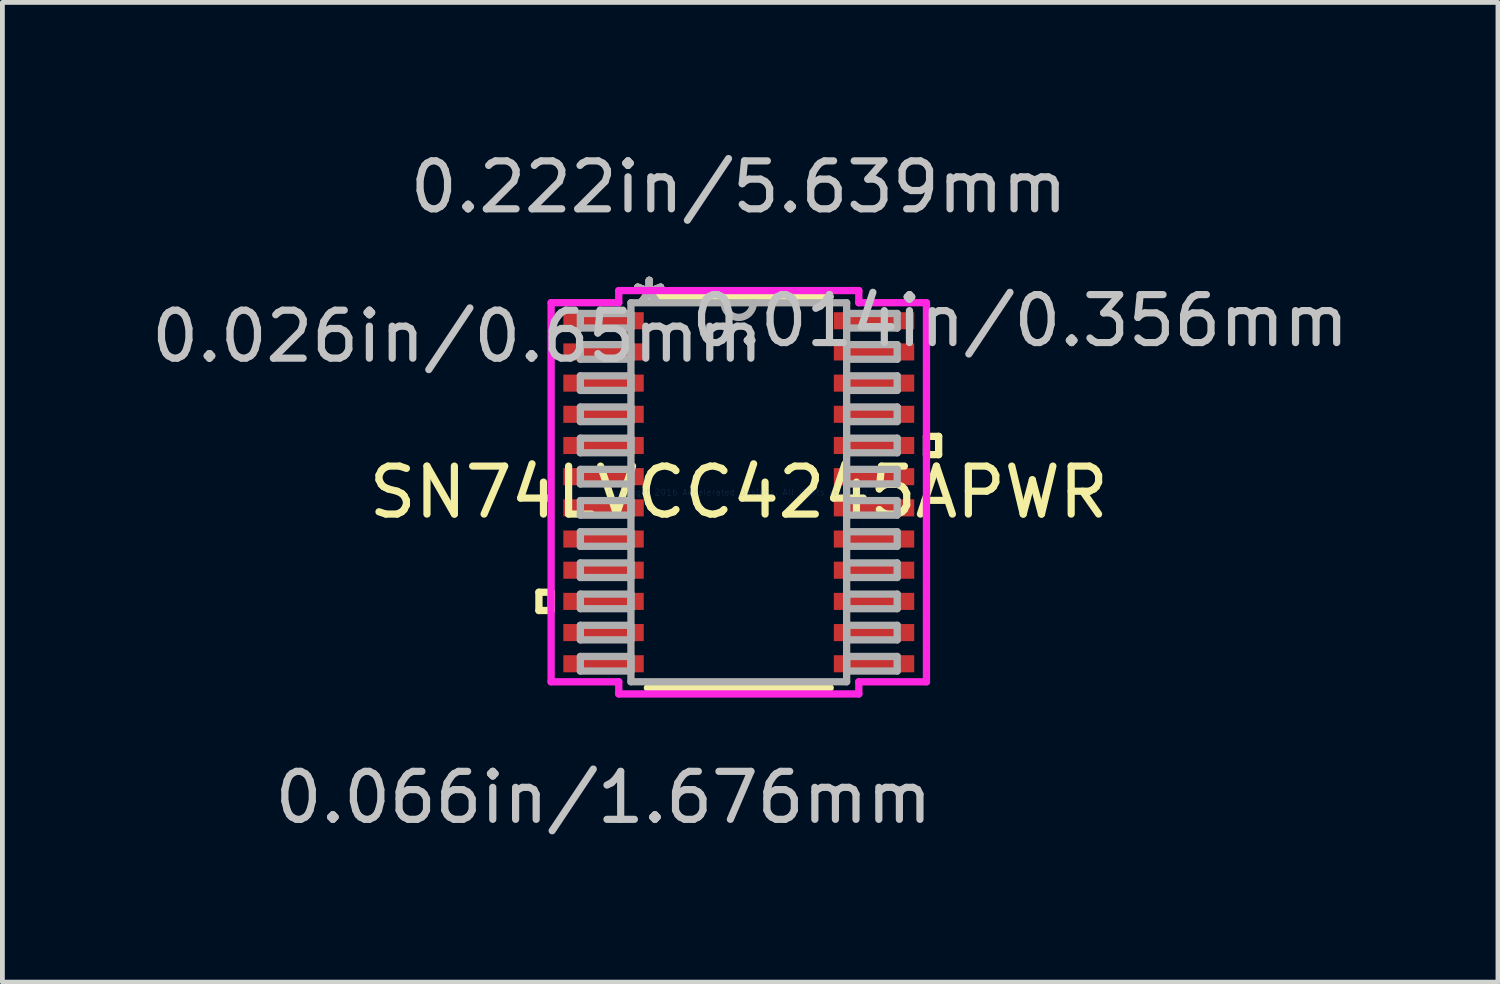
<source format=kicad_pcb>
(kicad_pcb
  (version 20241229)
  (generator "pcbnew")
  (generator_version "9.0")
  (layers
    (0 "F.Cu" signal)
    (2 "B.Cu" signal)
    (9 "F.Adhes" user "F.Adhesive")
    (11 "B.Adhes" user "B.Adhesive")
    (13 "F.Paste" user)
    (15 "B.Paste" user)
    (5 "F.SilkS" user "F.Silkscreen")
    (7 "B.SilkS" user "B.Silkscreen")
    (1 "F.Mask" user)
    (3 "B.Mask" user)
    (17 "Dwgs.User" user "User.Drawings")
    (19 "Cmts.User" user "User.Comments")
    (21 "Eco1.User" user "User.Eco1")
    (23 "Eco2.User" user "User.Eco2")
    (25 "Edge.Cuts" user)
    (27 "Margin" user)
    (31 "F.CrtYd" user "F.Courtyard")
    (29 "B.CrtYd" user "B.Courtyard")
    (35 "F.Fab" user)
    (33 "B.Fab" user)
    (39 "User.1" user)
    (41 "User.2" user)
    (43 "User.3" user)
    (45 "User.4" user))
  (footprint "SN74LVCC4245APWR"
    (layer "F.Cu")
    (at 12.35 7.211)
    (property "Reference" "SN74LVCC4245APWR" (at 0 0 0) (layer "F.SilkS") (effects (font (size 1 1) (thickness 0.15))))
    (attr through_hole)
    (fp_line (start -4.166 2.084) (end -4.166 2.465) (stroke (width 0.152) (type solid)) (layer "F.SilkS"))
    (fp_line (start -4.166 2.465) (end -3.912 2.465) (stroke (width 0.152) (type solid)) (layer "F.SilkS"))
    (fp_line (start -3.912 2.084) (end -4.166 2.084) (stroke (width 0.152) (type solid)) (layer "F.SilkS"))
    (fp_line (start -3.912 2.465) (end -3.912 2.084) (stroke (width 0.152) (type solid)) (layer "F.SilkS"))
    (fp_line (start -1.905 4.077) (end 1.905 4.077) (stroke (width 0.152) (type solid)) (layer "F.SilkS"))
    (fp_line (start 1.905 -4.077) (end -1.905 -4.077) (stroke (width 0.152) (type solid)) (layer "F.SilkS"))
    (fp_line (start 3.912 -1.165) (end 4.166 -1.165) (stroke (width 0.152) (type solid)) (layer "F.SilkS"))
    (fp_line (start 3.912 -0.784) (end 3.912 -1.165) (stroke (width 0.152) (type solid)) (layer "F.SilkS"))
    (fp_line (start 4.166 -1.165) (end 4.166 -0.784) (stroke (width 0.152) (type solid)) (layer "F.SilkS"))
    (fp_line (start 4.166 -0.784) (end 3.912 -0.784) (stroke (width 0.152) (type solid)) (layer "F.SilkS"))
    (fp_line (start -3.912 -3.951) (end -2.502 -3.951) (stroke (width 0.152) (type solid)) (layer "F.CrtYd"))
    (fp_line (start -3.912 3.951) (end -3.912 -3.951) (stroke (width 0.152) (type solid)) (layer "F.CrtYd"))
    (fp_line (start -2.502 -4.204) (end 2.502 -4.204) (stroke (width 0.152) (type solid)) (layer "F.CrtYd"))
    (fp_line (start -2.502 -3.951) (end -2.502 -4.204) (stroke (width 0.152) (type solid)) (layer "F.CrtYd"))
    (fp_line (start -2.502 3.951) (end -3.912 3.951) (stroke (width 0.152) (type solid)) (layer "F.CrtYd"))
    (fp_line (start -2.502 4.204) (end -2.502 3.951) (stroke (width 0.152) (type solid)) (layer "F.CrtYd"))
    (fp_line (start 2.502 -4.204) (end 2.502 -3.951) (stroke (width 0.152) (type solid)) (layer "F.CrtYd"))
    (fp_line (start 2.502 -3.951) (end 3.912 -3.951) (stroke (width 0.152) (type solid)) (layer "F.CrtYd"))
    (fp_line (start 2.502 3.951) (end 2.502 4.204) (stroke (width 0.152) (type solid)) (layer "F.CrtYd"))
    (fp_line (start 2.502 4.204) (end -2.502 4.204) (stroke (width 0.152) (type solid)) (layer "F.CrtYd"))
    (fp_line (start 3.912 -3.951) (end 3.912 3.951) (stroke (width 0.152) (type solid)) (layer "F.CrtYd"))
    (fp_line (start 3.912 3.951) (end 2.502 3.951) (stroke (width 0.152) (type solid)) (layer "F.CrtYd"))
    (fp_line (start -3.302 -3.727) (end -3.302 -3.423) (stroke (width 0.152) (type solid)) (layer "F.Fab"))
    (fp_line (start -3.302 -3.423) (end -2.248 -3.423) (stroke (width 0.152) (type solid)) (layer "F.Fab"))
    (fp_line (start -3.302 -3.077) (end -3.302 -2.773) (stroke (width 0.152) (type solid)) (layer "F.Fab"))
    (fp_line (start -3.302 -2.773) (end -2.248 -2.773) (stroke (width 0.152) (type solid)) (layer "F.Fab"))
    (fp_line (start -3.302 -2.427) (end -3.302 -2.123) (stroke (width 0.152) (type solid)) (layer "F.Fab"))
    (fp_line (start -3.302 -2.123) (end -2.248 -2.123) (stroke (width 0.152) (type solid)) (layer "F.Fab"))
    (fp_line (start -3.302 -1.777) (end -3.302 -1.473) (stroke (width 0.152) (type solid)) (layer "F.Fab"))
    (fp_line (start -3.302 -1.473) (end -2.248 -1.473) (stroke (width 0.152) (type solid)) (layer "F.Fab"))
    (fp_line (start -3.302 -1.127) (end -3.302 -0.823) (stroke (width 0.152) (type solid)) (layer "F.Fab"))
    (fp_line (start -3.302 -0.823) (end -2.248 -0.823) (stroke (width 0.152) (type solid)) (layer "F.Fab"))
    (fp_line (start -3.302 -0.477) (end -3.302 -0.173) (stroke (width 0.152) (type solid)) (layer "F.Fab"))
    (fp_line (start -3.302 -0.173) (end -2.248 -0.173) (stroke (width 0.152) (type solid)) (layer "F.Fab"))
    (fp_line (start -3.302 0.173) (end -3.302 0.477) (stroke (width 0.152) (type solid)) (layer "F.Fab"))
    (fp_line (start -3.302 0.477) (end -2.248 0.477) (stroke (width 0.152) (type solid)) (layer "F.Fab"))
    (fp_line (start -3.302 0.823) (end -3.302 1.127) (stroke (width 0.152) (type solid)) (layer "F.Fab"))
    (fp_line (start -3.302 1.127) (end -2.248 1.127) (stroke (width 0.152) (type solid)) (layer "F.Fab"))
    (fp_line (start -3.302 1.473) (end -3.302 1.777) (stroke (width 0.152) (type solid)) (layer "F.Fab"))
    (fp_line (start -3.302 1.777) (end -2.248 1.777) (stroke (width 0.152) (type solid)) (layer "F.Fab"))
    (fp_line (start -3.302 2.123) (end -3.302 2.427) (stroke (width 0.152) (type solid)) (layer "F.Fab"))
    (fp_line (start -3.302 2.427) (end -2.248 2.427) (stroke (width 0.152) (type solid)) (layer "F.Fab"))
    (fp_line (start -3.302 2.773) (end -3.302 3.077) (stroke (width 0.152) (type solid)) (layer "F.Fab"))
    (fp_line (start -3.302 3.077) (end -2.248 3.077) (stroke (width 0.152) (type solid)) (layer "F.Fab"))
    (fp_line (start -3.302 3.423) (end -3.302 3.727) (stroke (width 0.152) (type solid)) (layer "F.Fab"))
    (fp_line (start -3.302 3.727) (end -2.248 3.727) (stroke (width 0.152) (type solid)) (layer "F.Fab"))
    (fp_line (start -2.248 -3.95) (end -2.248 3.95) (stroke (width 0.152) (type solid)) (layer "F.Fab"))
    (fp_line (start -2.248 -3.727) (end -3.302 -3.727) (stroke (width 0.152) (type solid)) (layer "F.Fab"))
    (fp_line (start -2.248 -3.423) (end -2.248 -3.727) (stroke (width 0.152) (type solid)) (layer "F.Fab"))
    (fp_line (start -2.248 -3.077) (end -3.302 -3.077) (stroke (width 0.152) (type solid)) (layer "F.Fab"))
    (fp_line (start -2.248 -2.773) (end -2.248 -3.077) (stroke (width 0.152) (type solid)) (layer "F.Fab"))
    (fp_line (start -2.248 -2.427) (end -3.302 -2.427) (stroke (width 0.152) (type solid)) (layer "F.Fab"))
    (fp_line (start -2.248 -2.123) (end -2.248 -2.427) (stroke (width 0.152) (type solid)) (layer "F.Fab"))
    (fp_line (start -2.248 -1.777) (end -3.302 -1.777) (stroke (width 0.152) (type solid)) (layer "F.Fab"))
    (fp_line (start -2.248 -1.473) (end -2.248 -1.777) (stroke (width 0.152) (type solid)) (layer "F.Fab"))
    (fp_line (start -2.248 -1.127) (end -3.302 -1.127) (stroke (width 0.152) (type solid)) (layer "F.Fab"))
    (fp_line (start -2.248 -0.823) (end -2.248 -1.127) (stroke (width 0.152) (type solid)) (layer "F.Fab"))
    (fp_line (start -2.248 -0.477) (end -3.302 -0.477) (stroke (width 0.152) (type solid)) (layer "F.Fab"))
    (fp_line (start -2.248 -0.173) (end -2.248 -0.477) (stroke (width 0.152) (type solid)) (layer "F.Fab"))
    (fp_line (start -2.248 0.173) (end -3.302 0.173) (stroke (width 0.152) (type solid)) (layer "F.Fab"))
    (fp_line (start -2.248 0.477) (end -2.248 0.173) (stroke (width 0.152) (type solid)) (layer "F.Fab"))
    (fp_line (start -2.248 0.823) (end -3.302 0.823) (stroke (width 0.152) (type solid)) (layer "F.Fab"))
    (fp_line (start -2.248 1.127) (end -2.248 0.823) (stroke (width 0.152) (type solid)) (layer "F.Fab"))
    (fp_line (start -2.248 1.473) (end -3.302 1.473) (stroke (width 0.152) (type solid)) (layer "F.Fab"))
    (fp_line (start -2.248 1.777) (end -2.248 1.473) (stroke (width 0.152) (type solid)) (layer "F.Fab"))
    (fp_line (start -2.248 2.123) (end -3.302 2.123) (stroke (width 0.152) (type solid)) (layer "F.Fab"))
    (fp_line (start -2.248 2.427) (end -2.248 2.123) (stroke (width 0.152) (type solid)) (layer "F.Fab"))
    (fp_line (start -2.248 2.773) (end -3.302 2.773) (stroke (width 0.152) (type solid)) (layer "F.Fab"))
    (fp_line (start -2.248 3.077) (end -2.248 2.773) (stroke (width 0.152) (type solid)) (layer "F.Fab"))
    (fp_line (start -2.248 3.423) (end -3.302 3.423) (stroke (width 0.152) (type solid)) (layer "F.Fab"))
    (fp_line (start -2.248 3.727) (end -2.248 3.423) (stroke (width 0.152) (type solid)) (layer "F.Fab"))
    (fp_line (start -2.248 3.95) (end 2.248 3.95) (stroke (width 0.152) (type solid)) (layer "F.Fab"))
    (fp_line (start 2.248 -3.95) (end -2.248 -3.95) (stroke (width 0.152) (type solid)) (layer "F.Fab"))
    (fp_line (start 2.248 -3.727) (end 2.248 -3.423) (stroke (width 0.152) (type solid)) (layer "F.Fab"))
    (fp_line (start 2.248 -3.423) (end 3.302 -3.423) (stroke (width 0.152) (type solid)) (layer "F.Fab"))
    (fp_line (start 2.248 -3.077) (end 2.248 -2.773) (stroke (width 0.152) (type solid)) (layer "F.Fab"))
    (fp_line (start 2.248 -2.773) (end 3.302 -2.773) (stroke (width 0.152) (type solid)) (layer "F.Fab"))
    (fp_line (start 2.248 -2.427) (end 2.248 -2.123) (stroke (width 0.152) (type solid)) (layer "F.Fab"))
    (fp_line (start 2.248 -2.123) (end 3.302 -2.123) (stroke (width 0.152) (type solid)) (layer "F.Fab"))
    (fp_line (start 2.248 -1.777) (end 2.248 -1.473) (stroke (width 0.152) (type solid)) (layer "F.Fab"))
    (fp_line (start 2.248 -1.473) (end 3.302 -1.473) (stroke (width 0.152) (type solid)) (layer "F.Fab"))
    (fp_line (start 2.248 -1.127) (end 2.248 -0.823) (stroke (width 0.152) (type solid)) (layer "F.Fab"))
    (fp_line (start 2.248 -0.823) (end 3.302 -0.823) (stroke (width 0.152) (type solid)) (layer "F.Fab"))
    (fp_line (start 2.248 -0.477) (end 2.248 -0.173) (stroke (width 0.152) (type solid)) (layer "F.Fab"))
    (fp_line (start 2.248 -0.173) (end 3.302 -0.173) (stroke (width 0.152) (type solid)) (layer "F.Fab"))
    (fp_line (start 2.248 0.173) (end 2.248 0.477) (stroke (width 0.152) (type solid)) (layer "F.Fab"))
    (fp_line (start 2.248 0.477) (end 3.302 0.477) (stroke (width 0.152) (type solid)) (layer "F.Fab"))
    (fp_line (start 2.248 0.823) (end 2.248 1.127) (stroke (width 0.152) (type solid)) (layer "F.Fab"))
    (fp_line (start 2.248 1.127) (end 3.302 1.127) (stroke (width 0.152) (type solid)) (layer "F.Fab"))
    (fp_line (start 2.248 1.473) (end 2.248 1.777) (stroke (width 0.152) (type solid)) (layer "F.Fab"))
    (fp_line (start 2.248 1.777) (end 3.302 1.777) (stroke (width 0.152) (type solid)) (layer "F.Fab"))
    (fp_line (start 2.248 2.123) (end 2.248 2.427) (stroke (width 0.152) (type solid)) (layer "F.Fab"))
    (fp_line (start 2.248 2.427) (end 3.302 2.427) (stroke (width 0.152) (type solid)) (layer "F.Fab"))
    (fp_line (start 2.248 2.773) (end 2.248 3.077) (stroke (width 0.152) (type solid)) (layer "F.Fab"))
    (fp_line (start 2.248 3.077) (end 3.302 3.077) (stroke (width 0.152) (type solid)) (layer "F.Fab"))
    (fp_line (start 2.248 3.423) (end 2.248 3.727) (stroke (width 0.152) (type solid)) (layer "F.Fab"))
    (fp_line (start 2.248 3.727) (end 3.302 3.727) (stroke (width 0.152) (type solid)) (layer "F.Fab"))
    (fp_line (start 2.248 3.95) (end 2.248 -3.95) (stroke (width 0.152) (type solid)) (layer "F.Fab"))
    (fp_line (start 3.302 -3.727) (end 2.248 -3.727) (stroke (width 0.152) (type solid)) (layer "F.Fab"))
    (fp_line (start 3.302 -3.423) (end 3.302 -3.727) (stroke (width 0.152) (type solid)) (layer "F.Fab"))
    (fp_line (start 3.302 -3.077) (end 2.248 -3.077) (stroke (width 0.152) (type solid)) (layer "F.Fab"))
    (fp_line (start 3.302 -2.773) (end 3.302 -3.077) (stroke (width 0.152) (type solid)) (layer "F.Fab"))
    (fp_line (start 3.302 -2.427) (end 2.248 -2.427) (stroke (width 0.152) (type solid)) (layer "F.Fab"))
    (fp_line (start 3.302 -2.123) (end 3.302 -2.427) (stroke (width 0.152) (type solid)) (layer "F.Fab"))
    (fp_line (start 3.302 -1.777) (end 2.248 -1.777) (stroke (width 0.152) (type solid)) (layer "F.Fab"))
    (fp_line (start 3.302 -1.473) (end 3.302 -1.777) (stroke (width 0.152) (type solid)) (layer "F.Fab"))
    (fp_line (start 3.302 -1.127) (end 2.248 -1.127) (stroke (width 0.152) (type solid)) (layer "F.Fab"))
    (fp_line (start 3.302 -0.823) (end 3.302 -1.127) (stroke (width 0.152) (type solid)) (layer "F.Fab"))
    (fp_line (start 3.302 -0.477) (end 2.248 -0.477) (stroke (width 0.152) (type solid)) (layer "F.Fab"))
    (fp_line (start 3.302 -0.173) (end 3.302 -0.477) (stroke (width 0.152) (type solid)) (layer "F.Fab"))
    (fp_line (start 3.302 0.173) (end 2.248 0.173) (stroke (width 0.152) (type solid)) (layer "F.Fab"))
    (fp_line (start 3.302 0.477) (end 3.302 0.173) (stroke (width 0.152) (type solid)) (layer "F.Fab"))
    (fp_line (start 3.302 0.823) (end 2.248 0.823) (stroke (width 0.152) (type solid)) (layer "F.Fab"))
    (fp_line (start 3.302 1.127) (end 3.302 0.823) (stroke (width 0.152) (type solid)) (layer "F.Fab"))
    (fp_line (start 3.302 1.473) (end 2.248 1.473) (stroke (width 0.152) (type solid)) (layer "F.Fab"))
    (fp_line (start 3.302 1.777) (end 3.302 1.473) (stroke (width 0.152) (type solid)) (layer "F.Fab"))
    (fp_line (start 3.302 2.123) (end 2.248 2.123) (stroke (width 0.152) (type solid)) (layer "F.Fab"))
    (fp_line (start 3.302 2.427) (end 3.302 2.123) (stroke (width 0.152) (type solid)) (layer "F.Fab"))
    (fp_line (start 3.302 2.773) (end 2.248 2.773) (stroke (width 0.152) (type solid)) (layer "F.Fab"))
    (fp_line (start 3.302 3.077) (end 3.302 2.773) (stroke (width 0.152) (type solid)) (layer "F.Fab"))
    (fp_line (start 3.302 3.423) (end 2.248 3.423) (stroke (width 0.152) (type solid)) (layer "F.Fab"))
    (fp_line (start 3.302 3.727) (end 3.302 3.423) (stroke (width 0.152) (type solid)) (layer "F.Fab"))
    (fp_arc (start 0.3048 -3.9497) (mid 0 -3.6449) (end -0.3048 -3.9497) (stroke (width 0.1524) (type solid)) (layer "F.Fab"))
    (fp_text user "*" (at -1.867 -3.873 0) (layer "F.SilkS") (effects (font (size 1 1) (thickness 0.15))))
    (fp_text user "*" (at -1.867 -3.873 0) (layer "F.SilkS") (effects (font (size 1 1) (thickness 0.15))))
    (fp_text user "0.222in/5.639mm" (at 0 -6.363 0) (layer "Dwgs.User") (effects (font (size 1 1) (thickness 0.15))))
    (fp_text user "0.026in/0.65mm" (at -5.867 -3.25 0) (layer "Dwgs.User") (effects (font (size 1 1) (thickness 0.15))))
    (fp_text user "0.014in/0.356mm" (at 5.867 -3.575 0) (layer "Dwgs.User") (effects (font (size 1 1) (thickness 0.15))))
    (fp_text user "0.066in/1.676mm" (at -2.819 6.363 0) (layer "Dwgs.User") (effects (font (size 1 1) (thickness 0.15))))
    (fp_text user "Copyright 2016 Accelerated Designs. All rights reserved." (at 0 0 0) (layer "Cmts.User") (effects (font (size 0.127 0.127) (thickness 0.002))))
    (fp_text user "*" (at -1.867 -3.873 0) (layer "F.Fab") (effects (font (size 1 1) (thickness 0.15))))
    (fp_text user "*" (at -1.867 -3.873 0) (layer "F.Fab") (effects (font (size 1 1) (thickness 0.15))))
    (pad "1" smd rect (at -2.819 -3.575) (size 1.676 0.356) (layers "F.Cu" "F.Mask" "F.Paste"))
    (pad "2" smd rect (at -2.819 -2.925) (size 1.676 0.356) (layers "F.Cu" "F.Mask" "F.Paste"))
    (pad "3" smd rect (at -2.819 -2.275) (size 1.676 0.356) (layers "F.Cu" "F.Mask" "F.Paste"))
    (pad "4" smd rect (at -2.819 -1.625) (size 1.676 0.356) (layers "F.Cu" "F.Mask" "F.Paste"))
    (pad "5" smd rect (at -2.819 -0.975) (size 1.676 0.356) (layers "F.Cu" "F.Mask" "F.Paste"))
    (pad "6" smd rect (at -2.819 -0.325) (size 1.676 0.356) (layers "F.Cu" "F.Mask" "F.Paste"))
    (pad "7" smd rect (at -2.819 0.325) (size 1.676 0.356) (layers "F.Cu" "F.Mask" "F.Paste"))
    (pad "8" smd rect (at -2.819 0.975) (size 1.676 0.356) (layers "F.Cu" "F.Mask" "F.Paste"))
    (pad "9" smd rect (at -2.819 1.625) (size 1.676 0.356) (layers "F.Cu" "F.Mask" "F.Paste"))
    (pad "10" smd rect (at -2.819 2.275) (size 1.676 0.356) (layers "F.Cu" "F.Mask" "F.Paste"))
    (pad "11" smd rect (at -2.819 2.925) (size 1.676 0.356) (layers "F.Cu" "F.Mask" "F.Paste"))
    (pad "12" smd rect (at -2.819 3.575) (size 1.676 0.356) (layers "F.Cu" "F.Mask" "F.Paste"))
    (pad "13" smd rect (at 2.819 3.575) (size 1.676 0.356) (layers "F.Cu" "F.Mask" "F.Paste"))
    (pad "14" smd rect (at 2.819 2.925) (size 1.676 0.356) (layers "F.Cu" "F.Mask" "F.Paste"))
    (pad "15" smd rect (at 2.819 2.275) (size 1.676 0.356) (layers "F.Cu" "F.Mask" "F.Paste"))
    (pad "16" smd rect (at 2.819 1.625) (size 1.676 0.356) (layers "F.Cu" "F.Mask" "F.Paste"))
    (pad "17" smd rect (at 2.819 0.975) (size 1.676 0.356) (layers "F.Cu" "F.Mask" "F.Paste"))
    (pad "18" smd rect (at 2.819 0.325) (size 1.676 0.356) (layers "F.Cu" "F.Mask" "F.Paste"))
    (pad "19" smd rect (at 2.819 -0.325) (size 1.676 0.356) (layers "F.Cu" "F.Mask" "F.Paste"))
    (pad "20" smd rect (at 2.819 -0.975) (size 1.676 0.356) (layers "F.Cu" "F.Mask" "F.Paste"))
    (pad "21" smd rect (at 2.819 -1.625) (size 1.676 0.356) (layers "F.Cu" "F.Mask" "F.Paste"))
    (pad "22" smd rect (at 2.819 -2.275) (size 1.676 0.356) (layers "F.Cu" "F.Mask" "F.Paste"))
    (pad "23" smd rect (at 2.819 -2.925) (size 1.676 0.356) (layers "F.Cu" "F.Mask" "F.Paste"))
    (pad "24" smd rect (at 2.819 -3.575) (size 1.676 0.356) (layers "F.Cu" "F.Mask" "F.Paste")))
  (gr_rect
    (start -3 -3)
    (end 28.175 17.422)
    (stroke (width 0.1) (type default))
    (fill no)
    (layer "Edge.Cuts")))
</source>
